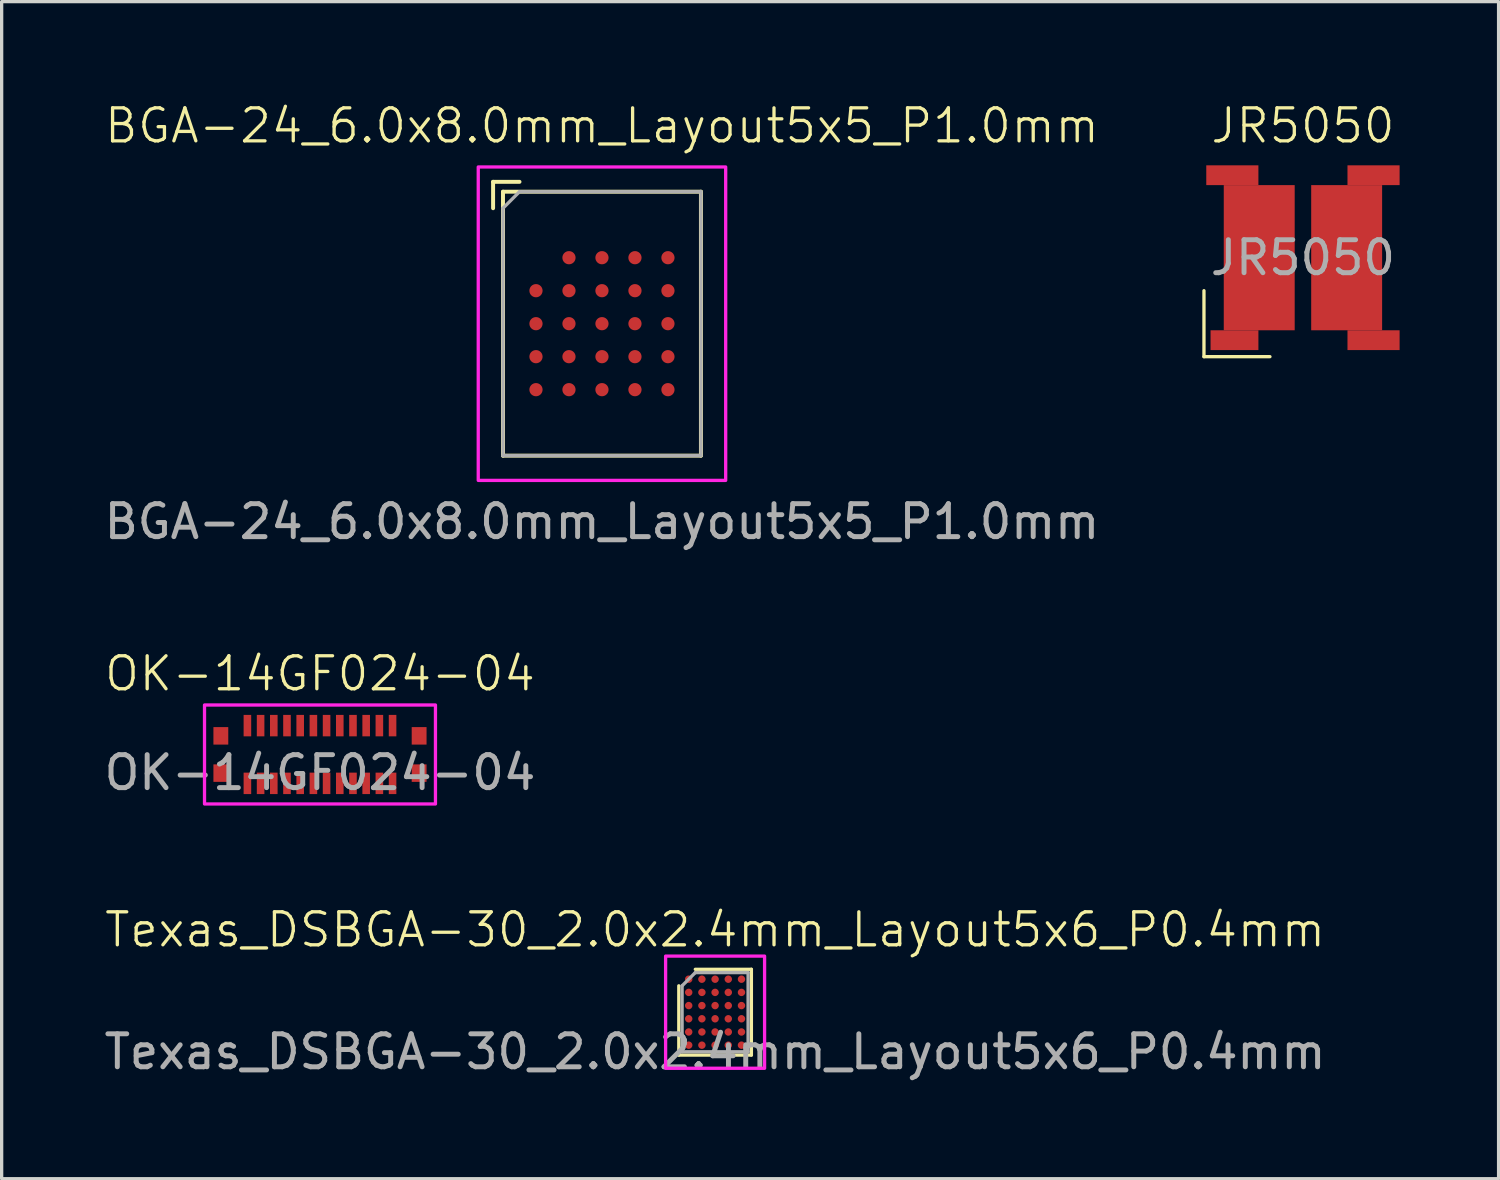
<source format=kicad_pcb>
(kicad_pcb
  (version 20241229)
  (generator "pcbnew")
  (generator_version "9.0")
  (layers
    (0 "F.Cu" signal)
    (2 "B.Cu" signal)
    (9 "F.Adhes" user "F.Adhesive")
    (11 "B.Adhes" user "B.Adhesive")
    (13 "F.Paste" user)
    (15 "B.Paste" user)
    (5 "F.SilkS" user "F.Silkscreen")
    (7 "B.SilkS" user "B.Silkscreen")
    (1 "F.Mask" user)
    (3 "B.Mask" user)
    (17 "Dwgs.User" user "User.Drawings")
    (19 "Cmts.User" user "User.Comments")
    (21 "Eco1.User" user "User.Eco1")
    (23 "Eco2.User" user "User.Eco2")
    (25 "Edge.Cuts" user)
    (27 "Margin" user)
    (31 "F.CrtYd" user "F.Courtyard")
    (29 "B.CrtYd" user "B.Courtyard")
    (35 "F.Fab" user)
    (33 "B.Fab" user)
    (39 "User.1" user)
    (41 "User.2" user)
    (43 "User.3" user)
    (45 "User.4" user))
  (footprint "BGA-24_6.0x8.0mm_Layout5x5_P1.0mm"
    (layer "F.Cu")
    (at 15.196 6.761)
    (property "Reference" "BGA-24_6.0x8.0mm_Layout5x5_P1.0mm" (at 0 -6 0) (unlocked yes) (layer "F.SilkS") (effects (font (size 1 1) (thickness 0.1))))
    (attr smd)
    (fp_line (start -3.3 -4.3) (end -3.3 -3.5) (stroke (width 0.12) (type solid)) (layer "F.SilkS"))
    (fp_line (start -3 -4) (end 3 -4) (stroke (width 0.12) (type solid)) (layer "F.SilkS"))
    (fp_line (start -3 4) (end -3 -4) (stroke (width 0.12) (type solid)) (layer "F.SilkS"))
    (fp_line (start -2.5 -4.3) (end -3.3 -4.3) (stroke (width 0.12) (type solid)) (layer "F.SilkS"))
    (fp_line (start 3 -4) (end 3 4) (stroke (width 0.12) (type solid)) (layer "F.SilkS"))
    (fp_line (start 3 4) (end -3 4) (stroke (width 0.12) (type solid)) (layer "F.SilkS"))
    (fp_rect (start -3.75 -4.75) (end 3.75 4.75) (stroke (width 0.1) (type default)) (fill no) (layer "F.CrtYd"))
    (fp_line (start -3 -3.5) (end -3 4) (stroke (width 0.1) (type default)) (layer "F.Fab"))
    (fp_line (start -3 4) (end 3 4) (stroke (width 0.1) (type default)) (layer "F.Fab"))
    (fp_line (start -2.5 -4) (end -3 -3.5) (stroke (width 0.1) (type default)) (layer "F.Fab"))
    (fp_line (start 3 -4) (end -2.5 -4) (stroke (width 0.1) (type default)) (layer "F.Fab"))
    (fp_line (start 3 4) (end 3 -4) (stroke (width 0.1) (type default)) (layer "F.Fab"))
    (fp_text user "${REFERENCE}" (at 0 6 0) (unlocked yes) (layer "F.Fab") (effects (font (size 1 1) (thickness 0.15))))
    (pad "A2" smd circle (at -1 -2) (size 0.4 0.4) (property pad_prop_bga) (layers "F.Cu" "F.Mask" "F.Paste"))
    (pad "A3" smd circle (at 0 -2) (size 0.4 0.4) (property pad_prop_bga) (layers "F.Cu" "F.Mask" "F.Paste"))
    (pad "A4" smd circle (at 1 -2) (size 0.4 0.4) (property pad_prop_bga) (layers "F.Cu" "F.Mask" "F.Paste"))
    (pad "A5" smd circle (at 2 -2) (size 0.4 0.4) (property pad_prop_bga) (layers "F.Cu" "F.Mask" "F.Paste"))
    (pad "B1" smd circle (at -2 -1) (size 0.4 0.4) (property pad_prop_bga) (layers "F.Cu" "F.Mask" "F.Paste"))
    (pad "B2" smd circle (at -1 -1) (size 0.4 0.4) (property pad_prop_bga) (layers "F.Cu" "F.Mask" "F.Paste"))
    (pad "B3" smd circle (at 0 -1) (size 0.4 0.4) (property pad_prop_bga) (layers "F.Cu" "F.Mask" "F.Paste"))
    (pad "B4" smd circle (at 1 -1) (size 0.4 0.4) (property pad_prop_bga) (layers "F.Cu" "F.Mask" "F.Paste"))
    (pad "B5" smd circle (at 2 -1) (size 0.4 0.4) (property pad_prop_bga) (layers "F.Cu" "F.Mask" "F.Paste"))
    (pad "C1" smd circle (at -2 0) (size 0.4 0.4) (property pad_prop_bga) (layers "F.Cu" "F.Mask" "F.Paste"))
    (pad "C2" smd circle (at -1 0) (size 0.4 0.4) (property pad_prop_bga) (layers "F.Cu" "F.Mask" "F.Paste"))
    (pad "C3" smd circle (at 0 0) (size 0.4 0.4) (property pad_prop_bga) (layers "F.Cu" "F.Mask" "F.Paste"))
    (pad "C4" smd circle (at 1 0) (size 0.4 0.4) (property pad_prop_bga) (layers "F.Cu" "F.Mask" "F.Paste"))
    (pad "C5" smd circle (at 2 0) (size 0.4 0.4) (property pad_prop_bga) (layers "F.Cu" "F.Mask" "F.Paste"))
    (pad "D1" smd circle (at -2 1) (size 0.4 0.4) (property pad_prop_bga) (layers "F.Cu" "F.Mask" "F.Paste"))
    (pad "D2" smd circle (at -1 1) (size 0.4 0.4) (property pad_prop_bga) (layers "F.Cu" "F.Mask" "F.Paste"))
    (pad "D3" smd circle (at 0 1) (size 0.4 0.4) (property pad_prop_bga) (layers "F.Cu" "F.Mask" "F.Paste"))
    (pad "D4" smd circle (at 1 1) (size 0.4 0.4) (property pad_prop_bga) (layers "F.Cu" "F.Mask" "F.Paste"))
    (pad "D5" smd circle (at 2 1) (size 0.4 0.4) (property pad_prop_bga) (layers "F.Cu" "F.Mask" "F.Paste"))
    (pad "E1" smd circle (at -2 2) (size 0.4 0.4) (property pad_prop_bga) (layers "F.Cu" "F.Mask" "F.Paste"))
    (pad "E2" smd circle (at -1 2) (size 0.4 0.4) (property pad_prop_bga) (layers "F.Cu" "F.Mask" "F.Paste"))
    (pad "E3" smd circle (at 0 2) (size 0.4 0.4) (property pad_prop_bga) (layers "F.Cu" "F.Mask" "F.Paste"))
    (pad "E4" smd circle (at 1 2) (size 0.4 0.4) (property pad_prop_bga) (layers "F.Cu" "F.Mask" "F.Paste"))
    (pad "E5" smd circle (at 2 2) (size 0.4 0.4) (property pad_prop_bga) (layers "F.Cu" "F.Mask" "F.Paste")))
  (footprint "Texas_DSBGA-30_2.0x2.4mm_Layout5x6_P0.4mm"
    (layer "F.Cu")
    (at 18.625 27.63)
    (property "Reference" "Texas_DSBGA-30_2.0x2.4mm_Layout5x6_P0.4mm" (at 0 -2.5 0) (unlocked yes) (layer "F.SilkS") (effects (font (size 1 1) (thickness 0.1))))
    (attr smd)
    (fp_line (start -1.1 1.3) (end -1.1 -0.8) (stroke (width 0.1) (type default)) (layer "F.SilkS"))
    (fp_line (start -0.6 -1.3) (end 1.1 -1.3) (stroke (width 0.1) (type default)) (layer "F.SilkS"))
    (fp_line (start 1.1 -1.3) (end 1.1 1.3) (stroke (width 0.1) (type default)) (layer "F.SilkS"))
    (fp_line (start 1.1 1.3) (end -1.1 1.3) (stroke (width 0.1) (type default)) (layer "F.SilkS"))
    (fp_rect (start -1.5 -1.7) (end 1.5 1.7) (stroke (width 0.1) (type default)) (fill no) (layer "F.CrtYd"))
    (fp_line (start -1 -0.8) (end -0.6 -1.2) (stroke (width 0.1) (type default)) (layer "F.Fab"))
    (fp_line (start -1 1.2) (end -1 -0.8) (stroke (width 0.1) (type default)) (layer "F.Fab"))
    (fp_line (start -0.6 -1.2) (end 1 -1.2) (stroke (width 0.1) (type default)) (layer "F.Fab"))
    (fp_line (start 1 -1.2) (end 1 1.2) (stroke (width 0.1) (type default)) (layer "F.Fab"))
    (fp_line (start 1 1.2) (end -1 1.2) (stroke (width 0.1) (type default)) (layer "F.Fab"))
    (fp_text user "${REFERENCE}" (at 0 1.2 0) (unlocked yes) (layer "F.Fab") (effects (font (size 1 1) (thickness 0.15))))
    (pad "A1" smd circle (at -0.8 -1) (size 0.225 0.225) (layers "F.Cu" "F.Mask" "F.Paste"))
    (pad "A2" smd circle (at -0.4 -1) (size 0.225 0.225) (layers "F.Cu" "F.Mask" "F.Paste"))
    (pad "A3" smd circle (at 0 -1) (size 0.225 0.225) (layers "F.Cu" "F.Mask" "F.Paste"))
    (pad "A4" smd circle (at 0.4 -1) (size 0.225 0.225) (layers "F.Cu" "F.Mask" "F.Paste"))
    (pad "A5" smd circle (at 0.8 -1) (size 0.225 0.225) (layers "F.Cu" "F.Mask" "F.Paste"))
    (pad "B1" smd circle (at -0.8 -0.6) (size 0.225 0.225) (layers "F.Cu" "F.Mask" "F.Paste"))
    (pad "B2" smd circle (at -0.4 -0.6) (size 0.225 0.225) (layers "F.Cu" "F.Mask" "F.Paste"))
    (pad "B3" smd circle (at 0 -0.6) (size 0.225 0.225) (layers "F.Cu" "F.Mask" "F.Paste"))
    (pad "B4" smd circle (at 0.4 -0.6) (size 0.225 0.225) (layers "F.Cu" "F.Mask" "F.Paste"))
    (pad "B5" smd circle (at 0.8 -0.6) (size 0.225 0.225) (layers "F.Cu" "F.Mask" "F.Paste"))
    (pad "C1" smd circle (at -0.8 -0.2) (size 0.225 0.225) (layers "F.Cu" "F.Mask" "F.Paste"))
    (pad "C2" smd circle (at -0.4 -0.2) (size 0.225 0.225) (layers "F.Cu" "F.Mask" "F.Paste"))
    (pad "C3" smd circle (at 0 -0.2) (size 0.225 0.225) (layers "F.Cu" "F.Mask" "F.Paste"))
    (pad "C4" smd circle (at 0.4 -0.2) (size 0.225 0.225) (layers "F.Cu" "F.Mask" "F.Paste"))
    (pad "C5" smd circle (at 0.8 -0.2) (size 0.225 0.225) (layers "F.Cu" "F.Mask" "F.Paste"))
    (pad "D1" smd circle (at -0.8 0.2) (size 0.225 0.225) (layers "F.Cu" "F.Mask" "F.Paste"))
    (pad "D2" smd circle (at -0.4 0.2) (size 0.225 0.225) (layers "F.Cu" "F.Mask" "F.Paste"))
    (pad "D3" smd circle (at 0 0.2) (size 0.225 0.225) (layers "F.Cu" "F.Mask" "F.Paste"))
    (pad "D4" smd circle (at 0.4 0.2) (size 0.225 0.225) (layers "F.Cu" "F.Mask" "F.Paste"))
    (pad "D5" smd circle (at 0.8 0.2) (size 0.225 0.225) (layers "F.Cu" "F.Mask" "F.Paste"))
    (pad "E1" smd circle (at -0.8 0.6) (size 0.225 0.225) (layers "F.Cu" "F.Mask" "F.Paste"))
    (pad "E2" smd circle (at -0.4 0.6) (size 0.225 0.225) (layers "F.Cu" "F.Mask" "F.Paste"))
    (pad "E3" smd circle (at 0 0.6) (size 0.225 0.225) (layers "F.Cu" "F.Mask" "F.Paste"))
    (pad "E4" smd circle (at 0.4 0.6) (size 0.225 0.225) (layers "F.Cu" "F.Mask" "F.Paste"))
    (pad "E5" smd circle (at 0.8 0.6) (size 0.225 0.225) (layers "F.Cu" "F.Mask" "F.Paste"))
    (pad "F1" smd circle (at -0.8 1) (size 0.225 0.225) (layers "F.Cu" "F.Mask" "F.Paste"))
    (pad "F2" smd circle (at -0.4 1) (size 0.225 0.225) (layers "F.Cu" "F.Mask" "F.Paste"))
    (pad "F3" smd circle (at 0 1) (size 0.225 0.225) (layers "F.Cu" "F.Mask" "F.Paste"))
    (pad "F4" smd circle (at 0.4 1) (size 0.225 0.225) (layers "F.Cu" "F.Mask" "F.Paste"))
    (pad "F5" smd circle (at 0.8 1) (size 0.225 0.225) (layers "F.Cu" "F.Mask" "F.Paste")))
  (footprint "OK-14GF024-04"
    (layer "F.Cu")
    (at 6.649 19.819)
    (property "Reference" "OK-14GF024-04" (at 0 -2.45 0) (unlocked yes) (layer "F.SilkS") (effects (font (size 1 1) (thickness 0.1))))
    (attr smd)
    (fp_rect (start -3.5 -1.5) (end 3.5 1.5) (stroke (width 0.1) (type default)) (fill no) (layer "F.CrtYd"))
    (fp_text user "${REFERENCE}" (at 0 0.55 0) (unlocked yes) (layer "F.Fab") (effects (font (size 1 1) (thickness 0.15))))
    (pad "1" smd rect (at -2.2 0.875) (size 0.23 0.65) (layers "F.Cu" "F.Mask" "F.Paste"))
    (pad "2" smd rect (at -1.8 0.875) (size 0.23 0.65) (layers "F.Cu" "F.Mask" "F.Paste"))
    (pad "3" smd rect (at -1.4 0.875) (size 0.23 0.65) (layers "F.Cu" "F.Mask" "F.Paste"))
    (pad "4" smd rect (at -1 0.875) (size 0.23 0.65) (layers "F.Cu" "F.Mask" "F.Paste"))
    (pad "5" smd rect (at -0.6 0.875) (size 0.23 0.65) (layers "F.Cu" "F.Mask" "F.Paste"))
    (pad "6" smd rect (at -0.2 0.875) (size 0.23 0.65) (layers "F.Cu" "F.Mask" "F.Paste"))
    (pad "7" smd rect (at 0.2 0.875) (size 0.23 0.65) (layers "F.Cu" "F.Mask" "F.Paste"))
    (pad "8" smd rect (at 0.6 0.875) (size 0.23 0.65) (layers "F.Cu" "F.Mask" "F.Paste"))
    (pad "9" smd rect (at 1 0.875) (size 0.23 0.65) (layers "F.Cu" "F.Mask" "F.Paste"))
    (pad "10" smd rect (at 1.4 0.875) (size 0.23 0.65) (layers "F.Cu" "F.Mask" "F.Paste"))
    (pad "11" smd rect (at 1.8 0.875) (size 0.23 0.65) (layers "F.Cu" "F.Mask" "F.Paste"))
    (pad "12" smd rect (at 2.2 0.875) (size 0.23 0.65) (layers "F.Cu" "F.Mask" "F.Paste"))
    (pad "13" smd rect (at 2.2 -0.875) (size 0.23 0.65) (layers "F.Cu" "F.Mask" "F.Paste"))
    (pad "14" smd rect (at 1.8 -0.875) (size 0.23 0.65) (layers "F.Cu" "F.Mask" "F.Paste"))
    (pad "15" smd rect (at 1.4 -0.875) (size 0.23 0.65) (layers "F.Cu" "F.Mask" "F.Paste"))
    (pad "16" smd rect (at 1 -0.875) (size 0.23 0.65) (layers "F.Cu" "F.Mask" "F.Paste"))
    (pad "17" smd rect (at 0.6 -0.875) (size 0.23 0.65) (layers "F.Cu" "F.Mask" "F.Paste"))
    (pad "18" smd rect (at 0.2 -0.875) (size 0.23 0.65) (layers "F.Cu" "F.Mask" "F.Paste"))
    (pad "19" smd rect (at -0.2 -0.875) (size 0.23 0.65) (layers "F.Cu" "F.Mask" "F.Paste"))
    (pad "20" smd rect (at -0.6 -0.875) (size 0.23 0.65) (layers "F.Cu" "F.Mask" "F.Paste"))
    (pad "21" smd rect (at -1 -0.875) (size 0.23 0.65) (layers "F.Cu" "F.Mask" "F.Paste"))
    (pad "22" smd rect (at -1.4 -0.875) (size 0.23 0.65) (layers "F.Cu" "F.Mask" "F.Paste"))
    (pad "23" smd rect (at -1.8 -0.875) (size 0.23 0.65) (layers "F.Cu" "F.Mask" "F.Paste"))
    (pad "24" smd rect (at -2.2 -0.875) (size 0.23 0.65) (layers "F.Cu" "F.Mask" "F.Paste"))
    (pad "25" smd rect (at -3.005 -0.565) (size 0.45 0.53) (layers "F.Cu" "F.Mask" "F.Paste"))
    (pad "25" smd rect (at -3.005 0.565) (size 0.45 0.53) (layers "F.Cu" "F.Mask" "F.Paste"))
    (pad "25" smd rect (at 3.005 -0.565) (size 0.45 0.53) (layers "F.Cu" "F.Mask" "F.Paste"))
    (pad "25" smd rect (at 3.005 0.565) (size 0.45 0.53) (layers "F.Cu" "F.Mask" "F.Paste")))
  (footprint "JR5050"
    (layer "F.Cu")
    (at 36.443 4.761)
    (property "Reference" "JR5050" (at 0 -4 0) (unlocked yes) (layer "F.SilkS") (effects (font (size 1 1) (thickness 0.1))))
    (attr smd)
    (fp_line (start -3 3) (end -3 1) (stroke (width 0.1) (type default)) (layer "F.SilkS"))
    (fp_line (start -1 3) (end -3 3) (stroke (width 0.1) (type default)) (layer "F.SilkS"))
    (fp_rect (start -2.12 -1.76) (end -0.4 1.76) (stroke (width 0) (type solid)) (fill yes) (layer "F.Paste"))
    (fp_rect (start 0.4 -1.76) (end 2.12 1.76) (stroke (width 0) (type solid)) (fill yes) (layer "F.Paste"))
    (fp_text user "${REFERENCE}" (at 0 0 0) (unlocked yes) (layer "F.Fab") (effects (font (size 1 1) (thickness 0.15))))
    (pad "1" smd rect (at -2.14 -2.5) (size 1.58 0.6) (layers "F.Cu" "F.Mask"))
    (pad "1" smd rect (at -2.075 2.5) (size 1.45 0.6) (layers "F.Cu" "F.Mask"))
    (pad "1" smd rect (at -1.325 0) (size 2.15 4.4) (layers "F.Cu" "F.Mask"))
    (pad "2" smd rect (at 1.325 0) (size 2.15 4.4) (layers "F.Cu" "F.Mask"))
    (pad "2" smd rect (at 2.14 -2.5) (size 1.58 0.6) (layers "F.Cu" "F.Mask"))
    (pad "2" smd rect (at 2.14 2.5) (size 1.58 0.6) (layers "F.Cu" "F.Mask")))
  (gr_rect
    (start -3 -3)
    (end 42.373 32.678)
    (stroke (width 0.1) (type default))
    (fill no)
    (layer "Edge.Cuts")))
</source>
